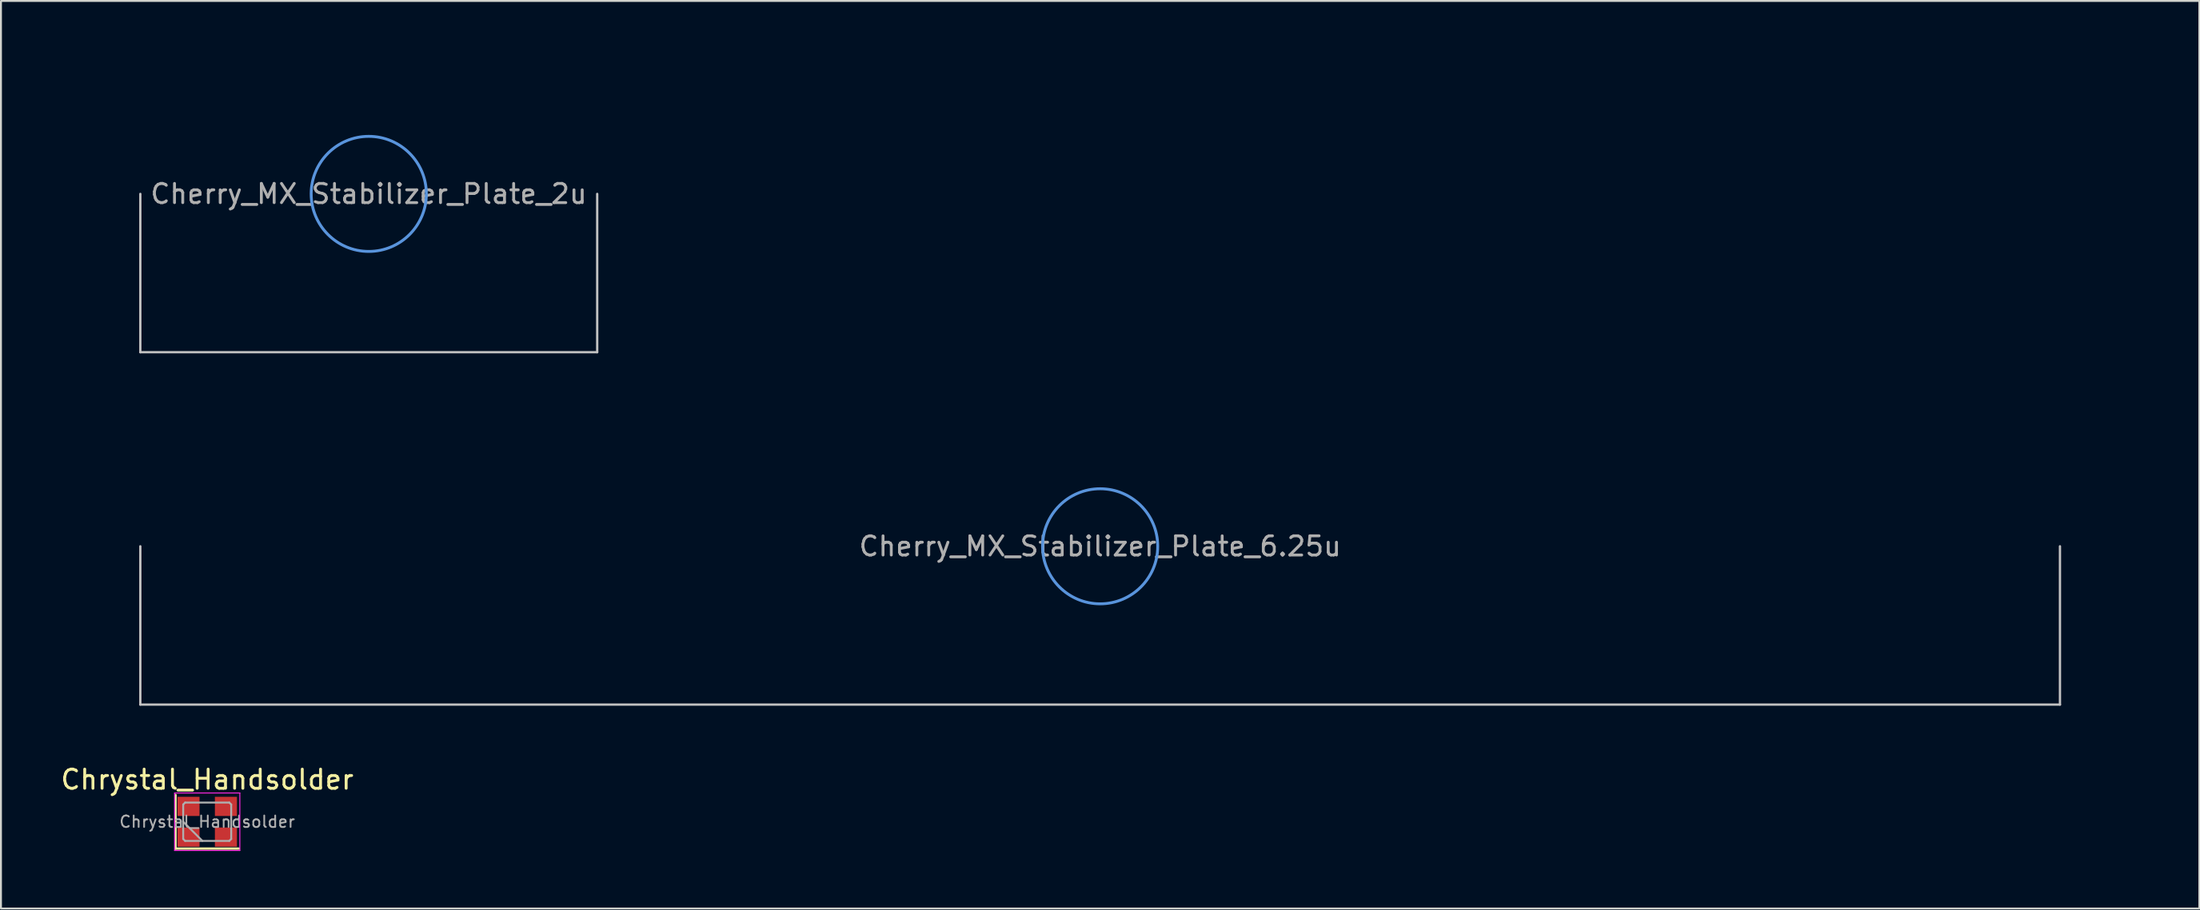
<source format=kicad_pcb>
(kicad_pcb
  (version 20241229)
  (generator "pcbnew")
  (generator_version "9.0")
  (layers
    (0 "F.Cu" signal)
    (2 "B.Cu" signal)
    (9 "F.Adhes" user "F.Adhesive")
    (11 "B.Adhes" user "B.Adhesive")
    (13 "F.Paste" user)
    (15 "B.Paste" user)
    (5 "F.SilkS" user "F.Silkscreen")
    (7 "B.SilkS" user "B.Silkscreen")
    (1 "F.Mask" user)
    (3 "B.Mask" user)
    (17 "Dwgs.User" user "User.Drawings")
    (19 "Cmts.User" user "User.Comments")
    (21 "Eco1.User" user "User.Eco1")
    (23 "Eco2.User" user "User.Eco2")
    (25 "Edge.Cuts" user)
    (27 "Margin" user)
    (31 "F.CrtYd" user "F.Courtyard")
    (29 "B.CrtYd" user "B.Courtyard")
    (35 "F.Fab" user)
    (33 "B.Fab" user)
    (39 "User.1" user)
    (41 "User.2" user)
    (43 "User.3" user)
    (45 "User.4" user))
  (footprint "Chrystal_Handsolder"
    (layer "F.Cu")
    (at 7.744 39.798)
    (property "Reference" "Chrystal_Handsolder" (at 0 -2.2 0) (layer "F.SilkS") (effects (font (size 1 1) (thickness 0.15))))
    (attr smd)
    (fp_line (start -1.65 -1.4) (end -1.65 1.4) (stroke (width 0.12) (type solid)) (layer "F.SilkS"))
    (fp_line (start -1.65 1.4) (end 1.65 1.4) (stroke (width 0.12) (type solid)) (layer "F.SilkS"))
    (fp_line (start -1.7 -1.5) (end -1.7 1.5) (stroke (width 0.05) (type solid)) (layer "F.CrtYd"))
    (fp_line (start -1.7 1.5) (end 1.7 1.5) (stroke (width 0.05) (type solid)) (layer "F.CrtYd"))
    (fp_line (start 1.7 -1.5) (end -1.7 -1.5) (stroke (width 0.05) (type solid)) (layer "F.CrtYd"))
    (fp_line (start 1.7 1.5) (end 1.7 -1.5) (stroke (width 0.05) (type solid)) (layer "F.CrtYd"))
    (fp_line (start -1.25 -0.9) (end -1.15 -1) (stroke (width 0.1) (type solid)) (layer "F.Fab"))
    (fp_line (start -1.25 0) (end -0.25 1) (stroke (width 0.1) (type solid)) (layer "F.Fab"))
    (fp_line (start -1.25 0.9) (end -1.25 -0.9) (stroke (width 0.1) (type solid)) (layer "F.Fab"))
    (fp_line (start -1.15 -1) (end 1.15 -1) (stroke (width 0.1) (type solid)) (layer "F.Fab"))
    (fp_line (start -1.15 1) (end -1.25 0.9) (stroke (width 0.1) (type solid)) (layer "F.Fab"))
    (fp_line (start 1.15 -1) (end 1.25 -0.9) (stroke (width 0.1) (type solid)) (layer "F.Fab"))
    (fp_line (start 1.15 1) (end -1.15 1) (stroke (width 0.1) (type solid)) (layer "F.Fab"))
    (fp_line (start 1.25 -0.9) (end 1.25 0.9) (stroke (width 0.1) (type solid)) (layer "F.Fab"))
    (fp_line (start 1.25 0.9) (end 1.15 1) (stroke (width 0.1) (type solid)) (layer "F.Fab"))
    (fp_text user "${REFERENCE}" (at 0 0 0) (layer "F.Fab") (effects (font (size 0.6 0.6) (thickness 0.09))))
    (pad "1" smd rect (at -0.975 0.8) (size 1.15 1) (layers "F.Cu" "F.Mask" "F.Paste"))
    (pad "2" smd rect (at 0.975 0.8) (size 1.15 1) (layers "F.Cu" "F.Mask" "F.Paste"))
    (pad "3" smd rect (at 0.975 -0.8) (size 1.15 1) (layers "F.Cu" "F.Mask" "F.Paste"))
    (pad "4" smd rect (at -0.975 -0.8) (size 1.15 1) (layers "F.Cu" "F.Mask" "F.Paste")))
  (footprint "Cherry_MX_Stabilizer_Plate_2u"
    (layer "F.Cu")
    (at 16.16 7.06)
    (property "Reference" "Cherry_MX_Stabilizer_Plate_2u" (at 0 0 0) (layer "F.Fab") (effects (font (size 1 1) (thickness 0.15))))
    (attr through_hole)
    (fp_line (start -11.9 8.255) (end -11.9 0) (stroke (width 0.12) (type solid)) (layer "Dwgs.User"))
    (fp_line (start -11.9 8.255) (end 11.9 8.255) (stroke (width 0.12) (type solid)) (layer "Dwgs.User"))
    (fp_line (start 11.9 8.255) (end 11.9 0) (stroke (width 0.12) (type solid)) (layer "Dwgs.User"))
    (fp_circle (center 0 0) (end 3 0) (stroke (width 0.15) (type solid)) (fill no) (layer "Cmts.User"))
    (fp_line (start -16.1 -2.3) (end -16.1 0.485) (stroke (width 0.12) (type solid)) (layer "Eco1.User"))
    (fp_line (start -15.275 -5.53) (end -15.275 -2.3) (stroke (width 0.12) (type solid)) (layer "Eco1.User"))
    (fp_line (start -15.275 -2.3) (end -16.1 -2.3) (stroke (width 0.12) (type solid)) (layer "Eco1.User"))
    (fp_line (start -15.275 0.485) (end -16.1 0.485) (stroke (width 0.12) (type solid)) (layer "Eco1.User"))
    (fp_line (start -15.275 0.485) (end -15.275 6.77) (stroke (width 0.12) (type solid)) (layer "Eco1.User"))
    (fp_line (start -13.55 6.77) (end -15.275 6.77) (stroke (width 0.12) (type solid)) (layer "Eco1.User"))
    (fp_line (start -13.55 7.97) (end -13.55 6.77) (stroke (width 0.12) (type solid)) (layer "Eco1.User"))
    (fp_line (start -10.25 6.77) (end -10.25 7.97) (stroke (width 0.12) (type solid)) (layer "Eco1.User"))
    (fp_line (start -10.25 7.97) (end -13.55 7.97) (stroke (width 0.12) (type solid)) (layer "Eco1.User"))
    (fp_line (start -8.525 -5.53) (end -15.275 -5.53) (stroke (width 0.12) (type solid)) (layer "Eco1.User"))
    (fp_line (start -8.525 -2.3) (end -8.525 -5.53) (stroke (width 0.12) (type solid)) (layer "Eco1.User"))
    (fp_line (start -8.525 2.3) (end -8.525 6.77) (stroke (width 0.12) (type solid)) (layer "Eco1.User"))
    (fp_line (start -8.525 2.3) (end -7 2.3) (stroke (width 0.12) (type solid)) (layer "Eco1.User"))
    (fp_line (start -8.525 6.77) (end -10.25 6.77) (stroke (width 0.12) (type solid)) (layer "Eco1.User"))
    (fp_line (start -7 -7) (end -7 -2.3) (stroke (width 0.12) (type solid)) (layer "Eco1.User"))
    (fp_line (start -7 -7) (end 7 -7) (stroke (width 0.12) (type solid)) (layer "Eco1.User"))
    (fp_line (start -7 -2.3) (end -8.525 -2.3) (stroke (width 0.12) (type solid)) (layer "Eco1.User"))
    (fp_line (start -7 7) (end -7 2.3) (stroke (width 0.12) (type solid)) (layer "Eco1.User"))
    (fp_line (start 7 -7) (end 7 -2.3) (stroke (width 0.12) (type solid)) (layer "Eco1.User"))
    (fp_line (start 7 -2.3) (end 8.525 -2.3) (stroke (width 0.12) (type solid)) (layer "Eco1.User"))
    (fp_line (start 7 7) (end -7 7) (stroke (width 0.12) (type solid)) (layer "Eco1.User"))
    (fp_line (start 7 7) (end 7 2.3) (stroke (width 0.12) (type solid)) (layer "Eco1.User"))
    (fp_line (start 8.525 -5.53) (end 15.275 -5.53) (stroke (width 0.12) (type solid)) (layer "Eco1.User"))
    (fp_line (start 8.525 -2.3) (end 8.525 -5.53) (stroke (width 0.12) (type solid)) (layer "Eco1.User"))
    (fp_line (start 8.525 2.3) (end 7 2.3) (stroke (width 0.12) (type solid)) (layer "Eco1.User"))
    (fp_line (start 8.525 2.3) (end 8.525 6.77) (stroke (width 0.12) (type solid)) (layer "Eco1.User"))
    (fp_line (start 8.525 6.77) (end 10.25 6.77) (stroke (width 0.12) (type solid)) (layer "Eco1.User"))
    (fp_line (start 10.25 6.77) (end 10.25 7.97) (stroke (width 0.12) (type solid)) (layer "Eco1.User"))
    (fp_line (start 10.25 7.97) (end 13.55 7.97) (stroke (width 0.12) (type solid)) (layer "Eco1.User"))
    (fp_line (start 13.55 6.77) (end 15.275 6.77) (stroke (width 0.12) (type solid)) (layer "Eco1.User"))
    (fp_line (start 13.55 7.97) (end 13.55 6.77) (stroke (width 0.12) (type solid)) (layer "Eco1.User"))
    (fp_line (start 15.275 -5.53) (end 15.275 -2.3) (stroke (width 0.12) (type solid)) (layer "Eco1.User"))
    (fp_line (start 15.275 -2.3) (end 16.1 -2.3) (stroke (width 0.12) (type solid)) (layer "Eco1.User"))
    (fp_line (start 15.275 0.485) (end 15.275 6.77) (stroke (width 0.12) (type solid)) (layer "Eco1.User"))
    (fp_line (start 15.275 0.485) (end 16.1 0.485) (stroke (width 0.12) (type solid)) (layer "Eco1.User"))
    (fp_line (start 16.1 -2.3) (end 16.1 0.485) (stroke (width 0.12) (type solid)) (layer "Eco1.User")))
  (footprint "Cherry_MX_Stabilizer_Plate_6.25u"
    (layer "F.Cu")
    (at 54.26 25.435)
    (property "Reference" "Cherry_MX_Stabilizer_Plate_6.25u" (at 0 0 0) (layer "F.Fab") (effects (font (size 1 1) (thickness 0.15))))
    (attr through_hole)
    (fp_line (start -50 8.255) (end -50 0) (stroke (width 0.12) (type solid)) (layer "Dwgs.User"))
    (fp_line (start -50 8.255) (end 50 8.255) (stroke (width 0.12) (type solid)) (layer "Dwgs.User"))
    (fp_line (start 50 8.255) (end 50 0) (stroke (width 0.12) (type solid)) (layer "Dwgs.User"))
    (fp_circle (center 0 0) (end 3 0) (stroke (width 0.15) (type solid)) (fill no) (layer "Cmts.User"))
    (fp_line (start -54.2 -2.3) (end -54.2 0.485) (stroke (width 0.12) (type solid)) (layer "Eco1.User"))
    (fp_line (start -53.375 -5.53) (end -53.375 -2.3) (stroke (width 0.12) (type solid)) (layer "Eco1.User"))
    (fp_line (start -53.375 -2.3) (end -54.2 -2.3) (stroke (width 0.12) (type solid)) (layer "Eco1.User"))
    (fp_line (start -53.375 0.485) (end -54.2 0.485) (stroke (width 0.12) (type solid)) (layer "Eco1.User"))
    (fp_line (start -53.375 0.485) (end -53.375 6.77) (stroke (width 0.12) (type solid)) (layer "Eco1.User"))
    (fp_line (start -51.65 6.77) (end -53.375 6.77) (stroke (width 0.12) (type solid)) (layer "Eco1.User"))
    (fp_line (start -51.65 7.97) (end -51.65 6.77) (stroke (width 0.12) (type solid)) (layer "Eco1.User"))
    (fp_line (start -48.35 6.77) (end -48.35 7.97) (stroke (width 0.12) (type solid)) (layer "Eco1.User"))
    (fp_line (start -48.35 7.97) (end -51.65 7.97) (stroke (width 0.12) (type solid)) (layer "Eco1.User"))
    (fp_line (start -46.625 -5.53) (end -53.375 -5.53) (stroke (width 0.12) (type solid)) (layer "Eco1.User"))
    (fp_line (start -46.625 -2.3) (end -46.625 -5.53) (stroke (width 0.12) (type solid)) (layer "Eco1.User"))
    (fp_line (start -46.625 2.3) (end -46.625 6.77) (stroke (width 0.12) (type solid)) (layer "Eco1.User"))
    (fp_line (start -46.625 2.3) (end -7 2.3) (stroke (width 0.12) (type solid)) (layer "Eco1.User"))
    (fp_line (start -46.625 6.77) (end -48.35 6.77) (stroke (width 0.12) (type solid)) (layer "Eco1.User"))
    (fp_line (start -7 -7) (end -7 -2.3) (stroke (width 0.12) (type solid)) (layer "Eco1.User"))
    (fp_line (start -7 -7) (end 7 -7) (stroke (width 0.12) (type solid)) (layer "Eco1.User"))
    (fp_line (start -7 -2.3) (end -46.625 -2.3) (stroke (width 0.12) (type solid)) (layer "Eco1.User"))
    (fp_line (start -7 7) (end -7 2.3) (stroke (width 0.12) (type solid)) (layer "Eco1.User"))
    (fp_line (start 7 -7) (end 7 -2.3) (stroke (width 0.12) (type solid)) (layer "Eco1.User"))
    (fp_line (start 7 -2.3) (end 46.625 -2.3) (stroke (width 0.12) (type solid)) (layer "Eco1.User"))
    (fp_line (start 7 7) (end -7 7) (stroke (width 0.12) (type solid)) (layer "Eco1.User"))
    (fp_line (start 7 7) (end 7 2.3) (stroke (width 0.12) (type solid)) (layer "Eco1.User"))
    (fp_line (start 46.625 -5.53) (end 53.375 -5.53) (stroke (width 0.12) (type solid)) (layer "Eco1.User"))
    (fp_line (start 46.625 -2.3) (end 46.625 -5.53) (stroke (width 0.12) (type solid)) (layer "Eco1.User"))
    (fp_line (start 46.625 2.3) (end 7 2.3) (stroke (width 0.12) (type solid)) (layer "Eco1.User"))
    (fp_line (start 46.625 2.3) (end 46.625 6.77) (stroke (width 0.12) (type solid)) (layer "Eco1.User"))
    (fp_line (start 46.625 6.77) (end 48.35 6.77) (stroke (width 0.12) (type solid)) (layer "Eco1.User"))
    (fp_line (start 48.35 6.77) (end 48.35 7.97) (stroke (width 0.12) (type solid)) (layer "Eco1.User"))
    (fp_line (start 48.35 7.97) (end 51.65 7.97) (stroke (width 0.12) (type solid)) (layer "Eco1.User"))
    (fp_line (start 51.65 6.77) (end 53.375 6.77) (stroke (width 0.12) (type solid)) (layer "Eco1.User"))
    (fp_line (start 51.65 7.97) (end 51.65 6.77) (stroke (width 0.12) (type solid)) (layer "Eco1.User"))
    (fp_line (start 53.375 -5.53) (end 53.375 -2.3) (stroke (width 0.12) (type solid)) (layer "Eco1.User"))
    (fp_line (start 53.375 -2.3) (end 54.2 -2.3) (stroke (width 0.12) (type solid)) (layer "Eco1.User"))
    (fp_line (start 53.375 0.485) (end 53.375 6.77) (stroke (width 0.12) (type solid)) (layer "Eco1.User"))
    (fp_line (start 53.375 0.485) (end 54.2 0.485) (stroke (width 0.12) (type solid)) (layer "Eco1.User"))
    (fp_line (start 54.2 -2.3) (end 54.2 0.485) (stroke (width 0.12) (type solid)) (layer "Eco1.User")))
  (gr_rect
    (start -3 -3)
    (end 111.52 44.323)
    (stroke (width 0.1) (type default))
    (fill no)
    (layer "Edge.Cuts")))
</source>
